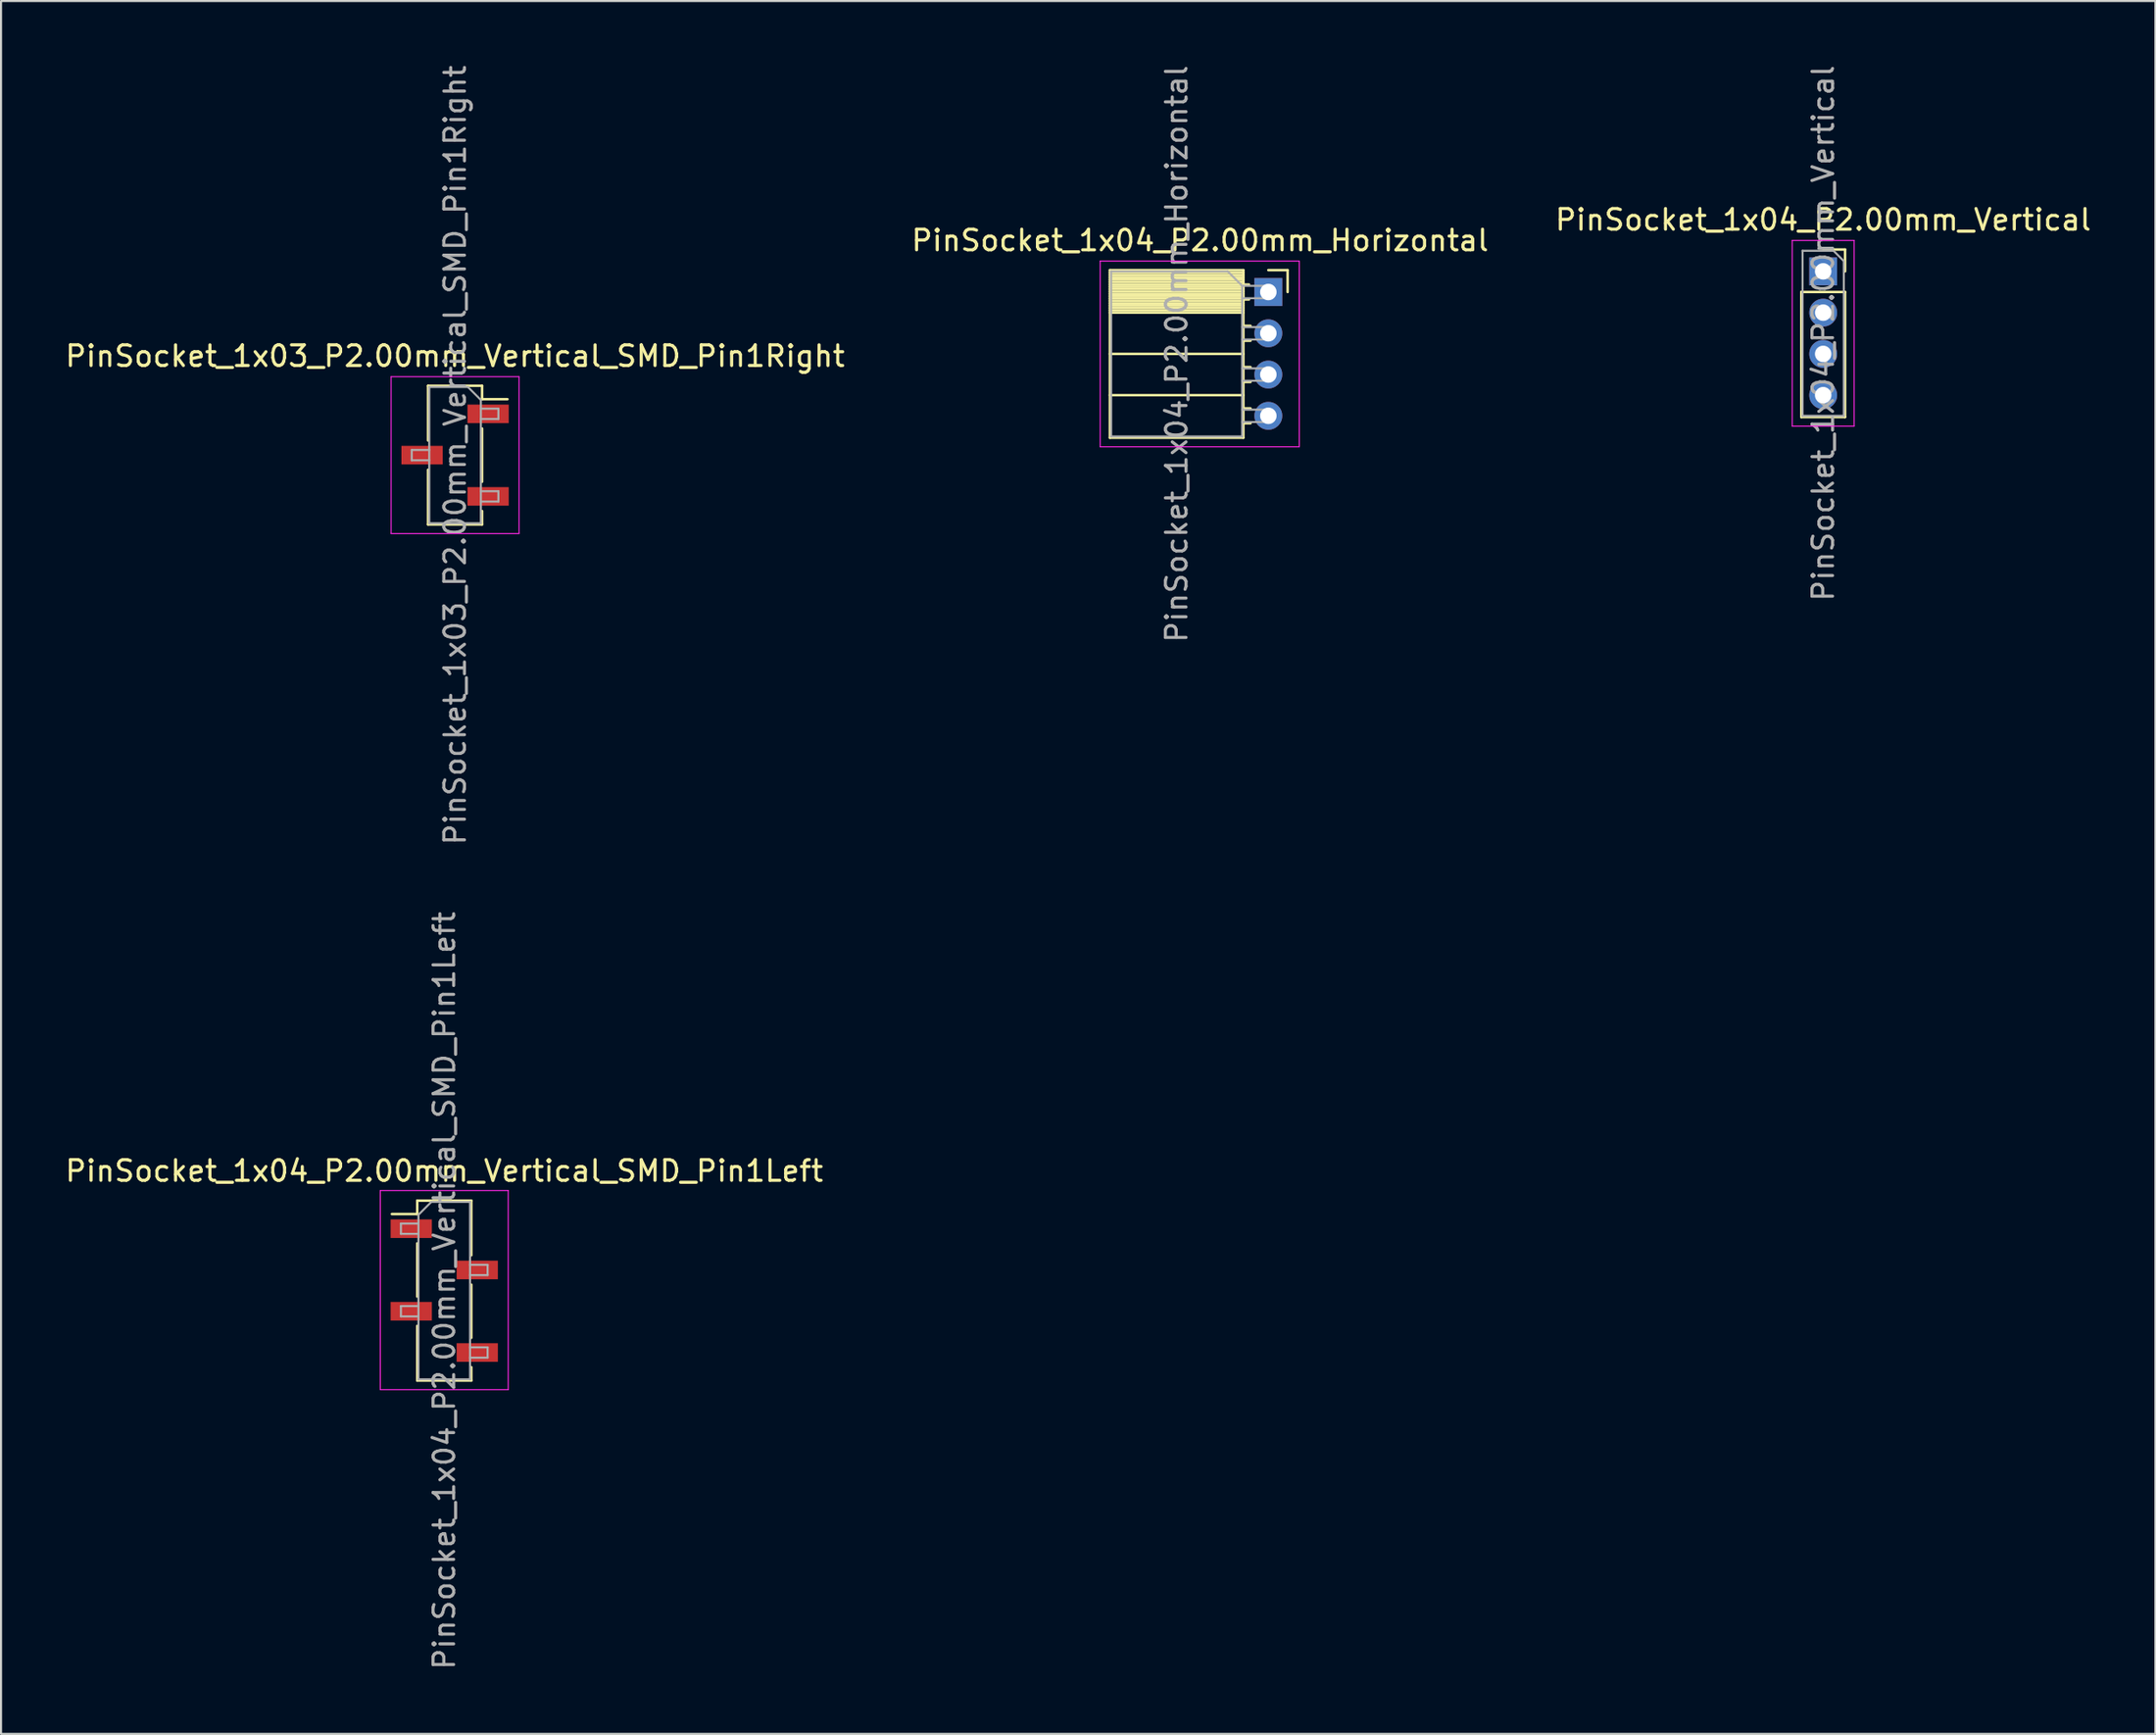
<source format=kicad_pcb>
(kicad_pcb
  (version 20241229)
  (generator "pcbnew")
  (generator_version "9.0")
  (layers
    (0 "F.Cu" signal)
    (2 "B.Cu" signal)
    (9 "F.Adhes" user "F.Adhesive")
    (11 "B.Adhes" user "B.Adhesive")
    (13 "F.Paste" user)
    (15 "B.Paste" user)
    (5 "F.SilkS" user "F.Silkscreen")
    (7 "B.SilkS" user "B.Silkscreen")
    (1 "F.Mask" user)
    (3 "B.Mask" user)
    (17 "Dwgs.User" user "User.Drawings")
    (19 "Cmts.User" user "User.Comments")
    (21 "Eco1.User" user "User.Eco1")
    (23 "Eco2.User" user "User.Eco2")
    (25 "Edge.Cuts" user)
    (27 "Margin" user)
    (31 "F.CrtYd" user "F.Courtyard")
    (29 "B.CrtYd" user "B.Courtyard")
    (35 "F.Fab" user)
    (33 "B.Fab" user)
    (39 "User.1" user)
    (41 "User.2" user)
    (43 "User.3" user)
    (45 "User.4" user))
  (footprint "PinSocket_1x03_P2.00mm_Vertical_SMD_Pin1Right"
    (layer "F.Cu")
    (at 19.006 19.006)
    (property "Reference" "PinSocket_1x03_P2.00mm_Vertical_SMD_Pin1Right" (at 0 -4.8 0) (layer "F.SilkS") (effects (font (size 1 1) (thickness 0.15))))
    (attr smd)
    (fp_line (start -1.31 -3.36) (end -1.31 -0.71) (stroke (width 0.12) (type solid)) (layer "F.SilkS"))
    (fp_line (start -1.31 -3.36) (end 1.31 -3.36) (stroke (width 0.12) (type solid)) (layer "F.SilkS"))
    (fp_line (start -1.31 0.71) (end -1.31 3.36) (stroke (width 0.12) (type solid)) (layer "F.SilkS"))
    (fp_line (start -1.31 3.36) (end 1.31 3.36) (stroke (width 0.12) (type solid)) (layer "F.SilkS"))
    (fp_line (start 1.31 -3.36) (end 1.31 -2.71) (stroke (width 0.12) (type solid)) (layer "F.SilkS"))
    (fp_line (start 1.31 -2.71) (end 2.54 -2.71) (stroke (width 0.12) (type solid)) (layer "F.SilkS"))
    (fp_line (start 1.31 -1.29) (end 1.31 1.29) (stroke (width 0.12) (type solid)) (layer "F.SilkS"))
    (fp_line (start 1.31 2.71) (end 1.31 3.36) (stroke (width 0.12) (type solid)) (layer "F.SilkS"))
    (fp_line (start -3.1 -3.8) (end 3.1 -3.8) (stroke (width 0.05) (type solid)) (layer "F.CrtYd"))
    (fp_line (start -3.1 3.8) (end -3.1 -3.8) (stroke (width 0.05) (type solid)) (layer "F.CrtYd"))
    (fp_line (start 3.1 -3.8) (end 3.1 3.8) (stroke (width 0.05) (type solid)) (layer "F.CrtYd"))
    (fp_line (start 3.1 3.8) (end -3.1 3.8) (stroke (width 0.05) (type solid)) (layer "F.CrtYd"))
    (fp_line (start -2.1 -0.25) (end -1.25 -0.25) (stroke (width 0.1) (type solid)) (layer "F.Fab"))
    (fp_line (start -2.1 0.25) (end -2.1 -0.25) (stroke (width 0.1) (type solid)) (layer "F.Fab"))
    (fp_line (start -1.25 -3.3) (end 0.625 -3.3) (stroke (width 0.1) (type solid)) (layer "F.Fab"))
    (fp_line (start -1.25 0.25) (end -2.1 0.25) (stroke (width 0.1) (type solid)) (layer "F.Fab"))
    (fp_line (start -1.25 3.3) (end -1.25 -3.3) (stroke (width 0.1) (type solid)) (layer "F.Fab"))
    (fp_line (start 0.625 -3.3) (end 1.25 -2.675) (stroke (width 0.1) (type solid)) (layer "F.Fab"))
    (fp_line (start 1.25 -2.675) (end 1.25 3.3) (stroke (width 0.1) (type solid)) (layer "F.Fab"))
    (fp_line (start 1.25 -2.25) (end 2.1 -2.25) (stroke (width 0.1) (type solid)) (layer "F.Fab"))
    (fp_line (start 1.25 1.75) (end 2.1 1.75) (stroke (width 0.1) (type solid)) (layer "F.Fab"))
    (fp_line (start 1.25 3.3) (end -1.25 3.3) (stroke (width 0.1) (type solid)) (layer "F.Fab"))
    (fp_line (start 2.1 -2.25) (end 2.1 -1.75) (stroke (width 0.1) (type solid)) (layer "F.Fab"))
    (fp_line (start 2.1 -1.75) (end 1.25 -1.75) (stroke (width 0.1) (type solid)) (layer "F.Fab"))
    (fp_line (start 2.1 1.75) (end 2.1 2.25) (stroke (width 0.1) (type solid)) (layer "F.Fab"))
    (fp_line (start 2.1 2.25) (end 1.25 2.25) (stroke (width 0.1) (type solid)) (layer "F.Fab"))
    (fp_text user "${REFERENCE}" (at 0 0 90) (layer "F.Fab") (effects (font (size 1 1) (thickness 0.15))))
    (pad "1" smd rect (at 1.6 -2) (size 2 0.9) (layers "F.Cu" "F.Mask" "F.Paste"))
    (pad "2" smd rect (at -1.6 0) (size 2 0.9) (layers "F.Cu" "F.Mask" "F.Paste"))
    (pad "3" smd rect (at 1.6 2) (size 2 0.9) (layers "F.Cu" "F.Mask" "F.Paste")))
  (footprint "PinSocket_1x04_P2.00mm_Horizontal"
    (layer "F.Cu")
    (at 58.423 11.101)
    (property "Reference" "PinSocket_1x04_P2.00mm_Horizontal" (at -3.31 -2.5 0) (layer "F.SilkS") (effects (font (size 1 1) (thickness 0.15))))
    (attr through_hole)
    (fp_line (start -7.68 -1.06) (end -7.68 7.06) (stroke (width 0.12) (type solid)) (layer "F.SilkS"))
    (fp_line (start -7.68 -1.06) (end -1.21 -1.06) (stroke (width 0.12) (type solid)) (layer "F.SilkS"))
    (fp_line (start -7.68 -0.94) (end -1.21 -0.94) (stroke (width 0.12) (type solid)) (layer "F.SilkS"))
    (fp_line (start -7.68 -0.826) (end -1.21 -0.826) (stroke (width 0.12) (type solid)) (layer "F.SilkS"))
    (fp_line (start -7.68 -0.712) (end -1.21 -0.712) (stroke (width 0.12) (type solid)) (layer "F.SilkS"))
    (fp_line (start -7.68 -0.598) (end -1.21 -0.598) (stroke (width 0.12) (type solid)) (layer "F.SilkS"))
    (fp_line (start -7.68 -0.484) (end -1.21 -0.484) (stroke (width 0.12) (type solid)) (layer "F.SilkS"))
    (fp_line (start -7.68 -0.369) (end -1.21 -0.369) (stroke (width 0.12) (type solid)) (layer "F.SilkS"))
    (fp_line (start -7.68 -0.255) (end -1.21 -0.255) (stroke (width 0.12) (type solid)) (layer "F.SilkS"))
    (fp_line (start -7.68 -0.141) (end -1.21 -0.141) (stroke (width 0.12) (type solid)) (layer "F.SilkS"))
    (fp_line (start -7.68 -0.027) (end -1.21 -0.027) (stroke (width 0.12) (type solid)) (layer "F.SilkS"))
    (fp_line (start -7.68 0.087) (end -1.21 0.087) (stroke (width 0.12) (type solid)) (layer "F.SilkS"))
    (fp_line (start -7.68 0.201) (end -1.21 0.201) (stroke (width 0.12) (type solid)) (layer "F.SilkS"))
    (fp_line (start -7.68 0.315) (end -1.21 0.315) (stroke (width 0.12) (type solid)) (layer "F.SilkS"))
    (fp_line (start -7.68 0.429) (end -1.21 0.429) (stroke (width 0.12) (type solid)) (layer "F.SilkS"))
    (fp_line (start -7.68 0.544) (end -1.21 0.544) (stroke (width 0.12) (type solid)) (layer "F.SilkS"))
    (fp_line (start -7.68 0.658) (end -1.21 0.658) (stroke (width 0.12) (type solid)) (layer "F.SilkS"))
    (fp_line (start -7.68 0.772) (end -1.21 0.772) (stroke (width 0.12) (type solid)) (layer "F.SilkS"))
    (fp_line (start -7.68 0.886) (end -1.21 0.886) (stroke (width 0.12) (type solid)) (layer "F.SilkS"))
    (fp_line (start -7.68 1) (end -1.21 1) (stroke (width 0.12) (type solid)) (layer "F.SilkS"))
    (fp_line (start -7.68 3) (end -1.21 3) (stroke (width 0.12) (type solid)) (layer "F.SilkS"))
    (fp_line (start -7.68 5) (end -1.21 5) (stroke (width 0.12) (type solid)) (layer "F.SilkS"))
    (fp_line (start -7.68 7.06) (end -1.21 7.06) (stroke (width 0.12) (type solid)) (layer "F.SilkS"))
    (fp_line (start -1.21 -1.06) (end -1.21 7.06) (stroke (width 0.12) (type solid)) (layer "F.SilkS"))
    (fp_line (start -1.21 -0.36) (end -0.935 -0.36) (stroke (width 0.12) (type solid)) (layer "F.SilkS"))
    (fp_line (start -1.21 0.36) (end -0.935 0.36) (stroke (width 0.12) (type solid)) (layer "F.SilkS"))
    (fp_line (start -1.21 1.64) (end -0.863 1.64) (stroke (width 0.12) (type solid)) (layer "F.SilkS"))
    (fp_line (start -1.21 2.36) (end -0.863 2.36) (stroke (width 0.12) (type solid)) (layer "F.SilkS"))
    (fp_line (start -1.21 3.64) (end -0.863 3.64) (stroke (width 0.12) (type solid)) (layer "F.SilkS"))
    (fp_line (start -1.21 4.36) (end -0.863 4.36) (stroke (width 0.12) (type solid)) (layer "F.SilkS"))
    (fp_line (start -1.21 5.64) (end -0.863 5.64) (stroke (width 0.12) (type solid)) (layer "F.SilkS"))
    (fp_line (start -1.21 6.36) (end -0.863 6.36) (stroke (width 0.12) (type solid)) (layer "F.SilkS"))
    (fp_line (start 0 -1.06) (end 0.935 -1.06) (stroke (width 0.12) (type solid)) (layer "F.SilkS"))
    (fp_line (start 0.935 -1.06) (end 0.935 0) (stroke (width 0.12) (type solid)) (layer "F.SilkS"))
    (fp_line (start -8.15 -1.5) (end -8.15 7.5) (stroke (width 0.05) (type solid)) (layer "F.CrtYd"))
    (fp_line (start -8.15 7.5) (end 1.5 7.5) (stroke (width 0.05) (type solid)) (layer "F.CrtYd"))
    (fp_line (start 1.5 -1.5) (end -8.15 -1.5) (stroke (width 0.05) (type solid)) (layer "F.CrtYd"))
    (fp_line (start 1.5 7.5) (end 1.5 -1.5) (stroke (width 0.05) (type solid)) (layer "F.CrtYd"))
    (fp_line (start -7.62 -1) (end -1.97 -1) (stroke (width 0.1) (type solid)) (layer "F.Fab"))
    (fp_line (start -7.62 7) (end -7.62 -1) (stroke (width 0.1) (type solid)) (layer "F.Fab"))
    (fp_line (start -1.97 -1) (end -1.27 -0.3) (stroke (width 0.1) (type solid)) (layer "F.Fab"))
    (fp_line (start -1.27 -0.3) (end -1.27 7) (stroke (width 0.1) (type solid)) (layer "F.Fab"))
    (fp_line (start -1.27 0.3) (end 0 0.3) (stroke (width 0.1) (type solid)) (layer "F.Fab"))
    (fp_line (start -1.27 2.3) (end 0 2.3) (stroke (width 0.1) (type solid)) (layer "F.Fab"))
    (fp_line (start -1.27 4.3) (end 0 4.3) (stroke (width 0.1) (type solid)) (layer "F.Fab"))
    (fp_line (start -1.27 6.3) (end 0 6.3) (stroke (width 0.1) (type solid)) (layer "F.Fab"))
    (fp_line (start -1.27 7) (end -7.62 7) (stroke (width 0.1) (type solid)) (layer "F.Fab"))
    (fp_line (start 0 -0.3) (end -1.27 -0.3) (stroke (width 0.1) (type solid)) (layer "F.Fab"))
    (fp_line (start 0 0.3) (end 0 -0.3) (stroke (width 0.1) (type solid)) (layer "F.Fab"))
    (fp_line (start 0 1.7) (end -1.27 1.7) (stroke (width 0.1) (type solid)) (layer "F.Fab"))
    (fp_line (start 0 2.3) (end 0 1.7) (stroke (width 0.1) (type solid)) (layer "F.Fab"))
    (fp_line (start 0 3.7) (end -1.27 3.7) (stroke (width 0.1) (type solid)) (layer "F.Fab"))
    (fp_line (start 0 4.3) (end 0 3.7) (stroke (width 0.1) (type solid)) (layer "F.Fab"))
    (fp_line (start 0 5.7) (end -1.27 5.7) (stroke (width 0.1) (type solid)) (layer "F.Fab"))
    (fp_line (start 0 6.3) (end 0 5.7) (stroke (width 0.1) (type solid)) (layer "F.Fab"))
    (fp_text user "${REFERENCE}" (at -4.445 3 90) (layer "F.Fab") (effects (font (size 1 1) (thickness 0.15))))
    (pad "1" thru_hole rect (at 0 0) (size 1.35 1.35) (drill 0.8) (layers "*.Cu" "*.Mask"))
    (pad "2" thru_hole oval (at 0 2) (size 1.35 1.35) (drill 0.8) (layers "*.Cu" "*.Mask"))
    (pad "3" thru_hole oval (at 0 4) (size 1.35 1.35) (drill 0.8) (layers "*.Cu" "*.Mask"))
    (pad "4" thru_hole oval (at 0 6) (size 1.35 1.35) (drill 0.8) (layers "*.Cu" "*.Mask")))
  (footprint "PinSocket_1x04_P2.00mm_Vertical_SMD_Pin1Left"
    (layer "F.Cu")
    (at 18.482 59.494)
    (property "Reference" "PinSocket_1x04_P2.00mm_Vertical_SMD_Pin1Left" (at 0 -5.8 0) (layer "F.SilkS") (effects (font (size 1 1) (thickness 0.15))))
    (attr smd)
    (fp_line (start -2.54 -3.71) (end -1.31 -3.71) (stroke (width 0.12) (type solid)) (layer "F.SilkS"))
    (fp_line (start -1.31 -4.36) (end -1.31 -3.71) (stroke (width 0.12) (type solid)) (layer "F.SilkS"))
    (fp_line (start -1.31 -4.36) (end 1.31 -4.36) (stroke (width 0.12) (type solid)) (layer "F.SilkS"))
    (fp_line (start -1.31 -2.29) (end -1.31 0.29) (stroke (width 0.12) (type solid)) (layer "F.SilkS"))
    (fp_line (start -1.31 1.71) (end -1.31 4.36) (stroke (width 0.12) (type solid)) (layer "F.SilkS"))
    (fp_line (start -1.31 4.36) (end 1.31 4.36) (stroke (width 0.12) (type solid)) (layer "F.SilkS"))
    (fp_line (start 1.31 -4.36) (end 1.31 -1.71) (stroke (width 0.12) (type solid)) (layer "F.SilkS"))
    (fp_line (start 1.31 -0.29) (end 1.31 2.29) (stroke (width 0.12) (type solid)) (layer "F.SilkS"))
    (fp_line (start 1.31 3.71) (end 1.31 4.36) (stroke (width 0.12) (type solid)) (layer "F.SilkS"))
    (fp_line (start -3.1 -4.85) (end 3.1 -4.85) (stroke (width 0.05) (type solid)) (layer "F.CrtYd"))
    (fp_line (start -3.1 4.8) (end -3.1 -4.85) (stroke (width 0.05) (type solid)) (layer "F.CrtYd"))
    (fp_line (start 3.1 -4.85) (end 3.1 4.8) (stroke (width 0.05) (type solid)) (layer "F.CrtYd"))
    (fp_line (start 3.1 4.8) (end -3.1 4.8) (stroke (width 0.05) (type solid)) (layer "F.CrtYd"))
    (fp_line (start -2.1 -3.25) (end -1.25 -3.25) (stroke (width 0.1) (type solid)) (layer "F.Fab"))
    (fp_line (start -2.1 -2.75) (end -2.1 -3.25) (stroke (width 0.1) (type solid)) (layer "F.Fab"))
    (fp_line (start -2.1 0.75) (end -1.25 0.75) (stroke (width 0.1) (type solid)) (layer "F.Fab"))
    (fp_line (start -2.1 1.25) (end -2.1 0.75) (stroke (width 0.1) (type solid)) (layer "F.Fab"))
    (fp_line (start -1.25 -3.675) (end -0.625 -4.3) (stroke (width 0.1) (type solid)) (layer "F.Fab"))
    (fp_line (start -1.25 -2.75) (end -2.1 -2.75) (stroke (width 0.1) (type solid)) (layer "F.Fab"))
    (fp_line (start -1.25 1.25) (end -2.1 1.25) (stroke (width 0.1) (type solid)) (layer "F.Fab"))
    (fp_line (start -1.25 4.3) (end -1.25 -3.675) (stroke (width 0.1) (type solid)) (layer "F.Fab"))
    (fp_line (start -0.625 -4.3) (end 1.25 -4.3) (stroke (width 0.1) (type solid)) (layer "F.Fab"))
    (fp_line (start 1.25 -4.3) (end 1.25 4.3) (stroke (width 0.1) (type solid)) (layer "F.Fab"))
    (fp_line (start 1.25 -1.25) (end 2.1 -1.25) (stroke (width 0.1) (type solid)) (layer "F.Fab"))
    (fp_line (start 1.25 2.75) (end 2.1 2.75) (stroke (width 0.1) (type solid)) (layer "F.Fab"))
    (fp_line (start 1.25 4.3) (end -1.25 4.3) (stroke (width 0.1) (type solid)) (layer "F.Fab"))
    (fp_line (start 2.1 -1.25) (end 2.1 -0.75) (stroke (width 0.1) (type solid)) (layer "F.Fab"))
    (fp_line (start 2.1 -0.75) (end 1.25 -0.75) (stroke (width 0.1) (type solid)) (layer "F.Fab"))
    (fp_line (start 2.1 2.75) (end 2.1 3.25) (stroke (width 0.1) (type solid)) (layer "F.Fab"))
    (fp_line (start 2.1 3.25) (end 1.25 3.25) (stroke (width 0.1) (type solid)) (layer "F.Fab"))
    (fp_text user "${REFERENCE}" (at 0 0 90) (layer "F.Fab") (effects (font (size 1 1) (thickness 0.15))))
    (pad "1" smd rect (at -1.6 -3) (size 2 0.9) (layers "F.Cu" "F.Mask" "F.Paste"))
    (pad "2" smd rect (at 1.6 -1) (size 2 0.9) (layers "F.Cu" "F.Mask" "F.Paste"))
    (pad "3" smd rect (at -1.6 1) (size 2 0.9) (layers "F.Cu" "F.Mask" "F.Paste"))
    (pad "4" smd rect (at 1.6 3) (size 2 0.9) (layers "F.Cu" "F.Mask" "F.Paste")))
  (footprint "PinSocket_1x04_P2.00mm_Vertical"
    (layer "F.Cu")
    (at 85.315 10.101)
    (property "Reference" "PinSocket_1x04_P2.00mm_Vertical" (at 0 -2.5 0) (layer "F.SilkS") (effects (font (size 1 1) (thickness 0.15))))
    (attr through_hole)
    (fp_line (start -1.06 1) (end -1.06 7.06) (stroke (width 0.12) (type solid)) (layer "F.SilkS"))
    (fp_line (start -1.06 1) (end 1.06 1) (stroke (width 0.12) (type solid)) (layer "F.SilkS"))
    (fp_line (start -1.06 7.06) (end 1.06 7.06) (stroke (width 0.12) (type solid)) (layer "F.SilkS"))
    (fp_line (start 0 -1.06) (end 1.06 -1.06) (stroke (width 0.12) (type solid)) (layer "F.SilkS"))
    (fp_line (start 1.06 -1.06) (end 1.06 0) (stroke (width 0.12) (type solid)) (layer "F.SilkS"))
    (fp_line (start 1.06 1) (end 1.06 7.06) (stroke (width 0.12) (type solid)) (layer "F.SilkS"))
    (fp_line (start -1.5 -1.5) (end 1.5 -1.5) (stroke (width 0.05) (type solid)) (layer "F.CrtYd"))
    (fp_line (start -1.5 7.5) (end -1.5 -1.5) (stroke (width 0.05) (type solid)) (layer "F.CrtYd"))
    (fp_line (start 1.5 -1.5) (end 1.5 7.5) (stroke (width 0.05) (type solid)) (layer "F.CrtYd"))
    (fp_line (start 1.5 7.5) (end -1.5 7.5) (stroke (width 0.05) (type solid)) (layer "F.CrtYd"))
    (fp_line (start -1 -1) (end 0.5 -1) (stroke (width 0.1) (type solid)) (layer "F.Fab"))
    (fp_line (start -1 7) (end -1 -1) (stroke (width 0.1) (type solid)) (layer "F.Fab"))
    (fp_line (start 0.5 -1) (end 1 -0.5) (stroke (width 0.1) (type solid)) (layer "F.Fab"))
    (fp_line (start 1 -0.5) (end 1 7) (stroke (width 0.1) (type solid)) (layer "F.Fab"))
    (fp_line (start 1 7) (end -1 7) (stroke (width 0.1) (type solid)) (layer "F.Fab"))
    (fp_text user "${REFERENCE}" (at 0 3 90) (layer "F.Fab") (effects (font (size 1 1) (thickness 0.15))))
    (pad "1" thru_hole rect (at 0 0) (size 1.35 1.35) (drill 0.8) (layers "*.Cu" "*.Mask"))
    (pad "2" thru_hole oval (at 0 2) (size 1.35 1.35) (drill 0.8) (layers "*.Cu" "*.Mask"))
    (pad "3" thru_hole oval (at 0 4) (size 1.35 1.35) (drill 0.8) (layers "*.Cu" "*.Mask"))
    (pad "4" thru_hole oval (at 0 6) (size 1.35 1.35) (drill 0.8) (layers "*.Cu" "*.Mask")))
  (gr_rect
    (start -3 -3)
    (end 101.417 80.976)
    (stroke (width 0.1) (type default))
    (fill no)
    (layer "Edge.Cuts")))
</source>
